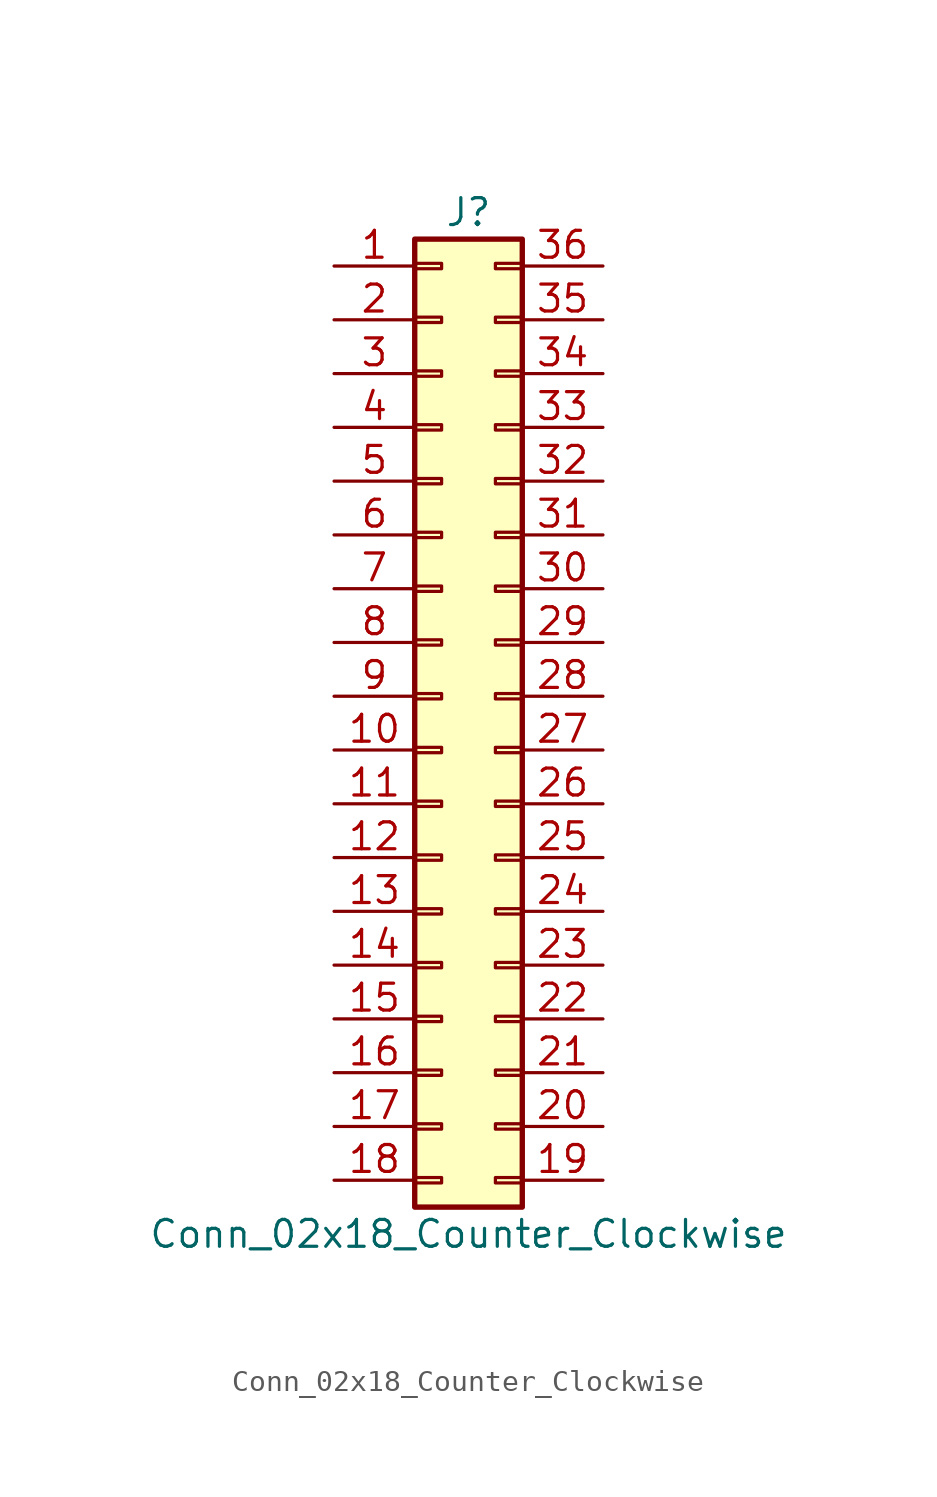
<source format=kicad_sym>
(kicad_symbol_lib
  (version 20220914)
  (generator kicad_symbol_editor)
  (symbol "Conn_02x18_Counter_Clockwise"
    (pin_names
      (offset 1.016) hide)
    (property "Reference" "J"
      (at 1.27 22.86 0)
      (effects (font (size 1.27 1.27))))
    (property "Value" "Conn_02x18_Counter_Clockwise"
      (at 1.27 -25.4 0)
      (effects (font (size 1.27 1.27))))
    (symbol "Conn_02x18_Counter_Clockwise_1_1"
      (rectangle (start -1.27 -22.733) (end 0 -22.987) (stroke (width 0.152) (type solid)) (fill (type none)))
      (rectangle (start -1.27 -20.193) (end 0 -20.447) (stroke (width 0.152) (type solid)) (fill (type none)))
      (rectangle (start -1.27 -17.653) (end 0 -17.907) (stroke (width 0.152) (type solid)) (fill (type none)))
      (rectangle (start -1.27 -15.113) (end 0 -15.367) (stroke (width 0.152) (type solid)) (fill (type none)))
      (rectangle (start -1.27 -12.573) (end 0 -12.827) (stroke (width 0.152) (type solid)) (fill (type none)))
      (rectangle (start -1.27 -10.033) (end 0 -10.287) (stroke (width 0.152) (type solid)) (fill (type none)))
      (rectangle (start -1.27 -7.493) (end 0 -7.747) (stroke (width 0.152) (type solid)) (fill (type none)))
      (rectangle (start -1.27 -4.953) (end 0 -5.207) (stroke (width 0.152) (type solid)) (fill (type none)))
      (rectangle (start -1.27 -2.413) (end 0 -2.667) (stroke (width 0.152) (type solid)) (fill (type none)))
      (rectangle (start -1.27 0.127) (end 0 -0.127) (stroke (width 0.152) (type solid)) (fill (type none)))
      (rectangle (start -1.27 2.667) (end 0 2.413) (stroke (width 0.152) (type solid)) (fill (type none)))
      (rectangle (start -1.27 5.207) (end 0 4.953) (stroke (width 0.152) (type solid)) (fill (type none)))
      (rectangle (start -1.27 7.747) (end 0 7.493) (stroke (width 0.152) (type solid)) (fill (type none)))
      (rectangle (start -1.27 10.287) (end 0 10.033) (stroke (width 0.152) (type solid)) (fill (type none)))
      (rectangle (start -1.27 12.827) (end 0 12.573) (stroke (width 0.152) (type solid)) (fill (type none)))
      (rectangle (start -1.27 15.367) (end 0 15.113) (stroke (width 0.152) (type solid)) (fill (type none)))
      (rectangle (start -1.27 17.907) (end 0 17.653) (stroke (width 0.152) (type solid)) (fill (type none)))
      (rectangle (start -1.27 20.447) (end 0 20.193) (stroke (width 0.152) (type solid)) (fill (type none)))
      (rectangle (start -1.27 21.59) (end 3.81 -24.13) (stroke (width 0.254) (type solid)) (fill (type background)))
      (rectangle (start 3.81 -22.733) (end 2.54 -22.987) (stroke (width 0.152) (type solid)) (fill (type none)))
      (rectangle (start 3.81 -20.193) (end 2.54 -20.447) (stroke (width 0.152) (type solid)) (fill (type none)))
      (rectangle (start 3.81 -17.653) (end 2.54 -17.907) (stroke (width 0.152) (type solid)) (fill (type none)))
      (rectangle (start 3.81 -15.113) (end 2.54 -15.367) (stroke (width 0.152) (type solid)) (fill (type none)))
      (rectangle (start 3.81 -12.573) (end 2.54 -12.827) (stroke (width 0.152) (type solid)) (fill (type none)))
      (rectangle (start 3.81 -10.033) (end 2.54 -10.287) (stroke (width 0.152) (type solid)) (fill (type none)))
      (rectangle (start 3.81 -7.493) (end 2.54 -7.747) (stroke (width 0.152) (type solid)) (fill (type none)))
      (rectangle (start 3.81 -4.953) (end 2.54 -5.207) (stroke (width 0.152) (type solid)) (fill (type none)))
      (rectangle (start 3.81 -2.413) (end 2.54 -2.667) (stroke (width 0.152) (type solid)) (fill (type none)))
      (rectangle (start 3.81 0.127) (end 2.54 -0.127) (stroke (width 0.152) (type solid)) (fill (type none)))
      (rectangle (start 3.81 2.667) (end 2.54 2.413) (stroke (width 0.152) (type solid)) (fill (type none)))
      (rectangle (start 3.81 5.207) (end 2.54 4.953) (stroke (width 0.152) (type solid)) (fill (type none)))
      (rectangle (start 3.81 7.747) (end 2.54 7.493) (stroke (width 0.152) (type solid)) (fill (type none)))
      (rectangle (start 3.81 10.287) (end 2.54 10.033) (stroke (width 0.152) (type solid)) (fill (type none)))
      (rectangle (start 3.81 12.827) (end 2.54 12.573) (stroke (width 0.152) (type solid)) (fill (type none)))
      (rectangle (start 3.81 15.367) (end 2.54 15.113) (stroke (width 0.152) (type solid)) (fill (type none)))
      (rectangle (start 3.81 17.907) (end 2.54 17.653) (stroke (width 0.152) (type solid)) (fill (type none)))
      (rectangle (start 3.81 20.447) (end 2.54 20.193) (stroke (width 0.152) (type solid)) (fill (type none)))
      (pin passive line (at -5.08 20.32 0) (length 3.81) (name "Pin_1" (effects (font (size 1.27 1.27)))) (number "1" (effects (font (size 1.27 1.27)))))
      (pin passive line (at -5.08 -2.54 0) (length 3.81) (name "Pin_10" (effects (font (size 1.27 1.27)))) (number "10" (effects (font (size 1.27 1.27)))))
      (pin passive line (at -5.08 -5.08 0) (length 3.81) (name "Pin_11" (effects (font (size 1.27 1.27)))) (number "11" (effects (font (size 1.27 1.27)))))
      (pin passive line (at -5.08 -7.62 0) (length 3.81) (name "Pin_12" (effects (font (size 1.27 1.27)))) (number "12" (effects (font (size 1.27 1.27)))))
      (pin passive line (at -5.08 -10.16 0) (length 3.81) (name "Pin_13" (effects (font (size 1.27 1.27)))) (number "13" (effects (font (size 1.27 1.27)))))
      (pin passive line (at -5.08 -12.7 0) (length 3.81) (name "Pin_14" (effects (font (size 1.27 1.27)))) (number "14" (effects (font (size 1.27 1.27)))))
      (pin passive line (at -5.08 -15.24 0) (length 3.81) (name "Pin_15" (effects (font (size 1.27 1.27)))) (number "15" (effects (font (size 1.27 1.27)))))
      (pin passive line (at -5.08 -17.78 0) (length 3.81) (name "Pin_16" (effects (font (size 1.27 1.27)))) (number "16" (effects (font (size 1.27 1.27)))))
      (pin passive line (at -5.08 -20.32 0) (length 3.81) (name "Pin_17" (effects (font (size 1.27 1.27)))) (number "17" (effects (font (size 1.27 1.27)))))
      (pin passive line (at -5.08 -22.86 0) (length 3.81) (name "Pin_18" (effects (font (size 1.27 1.27)))) (number "18" (effects (font (size 1.27 1.27)))))
      (pin passive line (at 7.62 -22.86 180) (length 3.81) (name "Pin_19" (effects (font (size 1.27 1.27)))) (number "19" (effects (font (size 1.27 1.27)))))
      (pin passive line (at -5.08 17.78 0) (length 3.81) (name "Pin_2" (effects (font (size 1.27 1.27)))) (number "2" (effects (font (size 1.27 1.27)))))
      (pin passive line (at 7.62 -20.32 180) (length 3.81) (name "Pin_20" (effects (font (size 1.27 1.27)))) (number "20" (effects (font (size 1.27 1.27)))))
      (pin passive line (at 7.62 -17.78 180) (length 3.81) (name "Pin_21" (effects (font (size 1.27 1.27)))) (number "21" (effects (font (size 1.27 1.27)))))
      (pin passive line (at 7.62 -15.24 180) (length 3.81) (name "Pin_22" (effects (font (size 1.27 1.27)))) (number "22" (effects (font (size 1.27 1.27)))))
      (pin passive line (at 7.62 -12.7 180) (length 3.81) (name "Pin_23" (effects (font (size 1.27 1.27)))) (number "23" (effects (font (size 1.27 1.27)))))
      (pin passive line (at 7.62 -10.16 180) (length 3.81) (name "Pin_24" (effects (font (size 1.27 1.27)))) (number "24" (effects (font (size 1.27 1.27)))))
      (pin passive line (at 7.62 -7.62 180) (length 3.81) (name "Pin_25" (effects (font (size 1.27 1.27)))) (number "25" (effects (font (size 1.27 1.27)))))
      (pin passive line (at 7.62 -5.08 180) (length 3.81) (name "Pin_26" (effects (font (size 1.27 1.27)))) (number "26" (effects (font (size 1.27 1.27)))))
      (pin passive line (at 7.62 -2.54 180) (length 3.81) (name "Pin_27" (effects (font (size 1.27 1.27)))) (number "27" (effects (font (size 1.27 1.27)))))
      (pin passive line (at 7.62 0 180) (length 3.81) (name "Pin_28" (effects (font (size 1.27 1.27)))) (number "28" (effects (font (size 1.27 1.27)))))
      (pin passive line (at 7.62 2.54 180) (length 3.81) (name "Pin_29" (effects (font (size 1.27 1.27)))) (number "29" (effects (font (size 1.27 1.27)))))
      (pin passive line (at -5.08 15.24 0) (length 3.81) (name "Pin_3" (effects (font (size 1.27 1.27)))) (number "3" (effects (font (size 1.27 1.27)))))
      (pin passive line (at 7.62 5.08 180) (length 3.81) (name "Pin_30" (effects (font (size 1.27 1.27)))) (number "30" (effects (font (size 1.27 1.27)))))
      (pin passive line (at 7.62 7.62 180) (length 3.81) (name "Pin_31" (effects (font (size 1.27 1.27)))) (number "31" (effects (font (size 1.27 1.27)))))
      (pin passive line (at 7.62 10.16 180) (length 3.81) (name "Pin_32" (effects (font (size 1.27 1.27)))) (number "32" (effects (font (size 1.27 1.27)))))
      (pin passive line (at 7.62 12.7 180) (length 3.81) (name "Pin_33" (effects (font (size 1.27 1.27)))) (number "33" (effects (font (size 1.27 1.27)))))
      (pin passive line (at 7.62 15.24 180) (length 3.81) (name "Pin_34" (effects (font (size 1.27 1.27)))) (number "34" (effects (font (size 1.27 1.27)))))
      (pin passive line (at 7.62 17.78 180) (length 3.81) (name "Pin_35" (effects (font (size 1.27 1.27)))) (number "35" (effects (font (size 1.27 1.27)))))
      (pin passive line (at 7.62 20.32 180) (length 3.81) (name "Pin_36" (effects (font (size 1.27 1.27)))) (number "36" (effects (font (size 1.27 1.27)))))
      (pin passive line (at -5.08 12.7 0) (length 3.81) (name "Pin_4" (effects (font (size 1.27 1.27)))) (number "4" (effects (font (size 1.27 1.27)))))
      (pin passive line (at -5.08 10.16 0) (length 3.81) (name "Pin_5" (effects (font (size 1.27 1.27)))) (number "5" (effects (font (size 1.27 1.27)))))
      (pin passive line (at -5.08 7.62 0) (length 3.81) (name "Pin_6" (effects (font (size 1.27 1.27)))) (number "6" (effects (font (size 1.27 1.27)))))
      (pin passive line (at -5.08 5.08 0) (length 3.81) (name "Pin_7" (effects (font (size 1.27 1.27)))) (number "7" (effects (font (size 1.27 1.27)))))
      (pin passive line (at -5.08 2.54 0) (length 3.81) (name "Pin_8" (effects (font (size 1.27 1.27)))) (number "8" (effects (font (size 1.27 1.27)))))
      (pin passive line (at -5.08 0 0) (length 3.81) (name "Pin_9" (effects (font (size 1.27 1.27)))) (number "9" (effects (font (size 1.27 1.27))))))))
</source>
